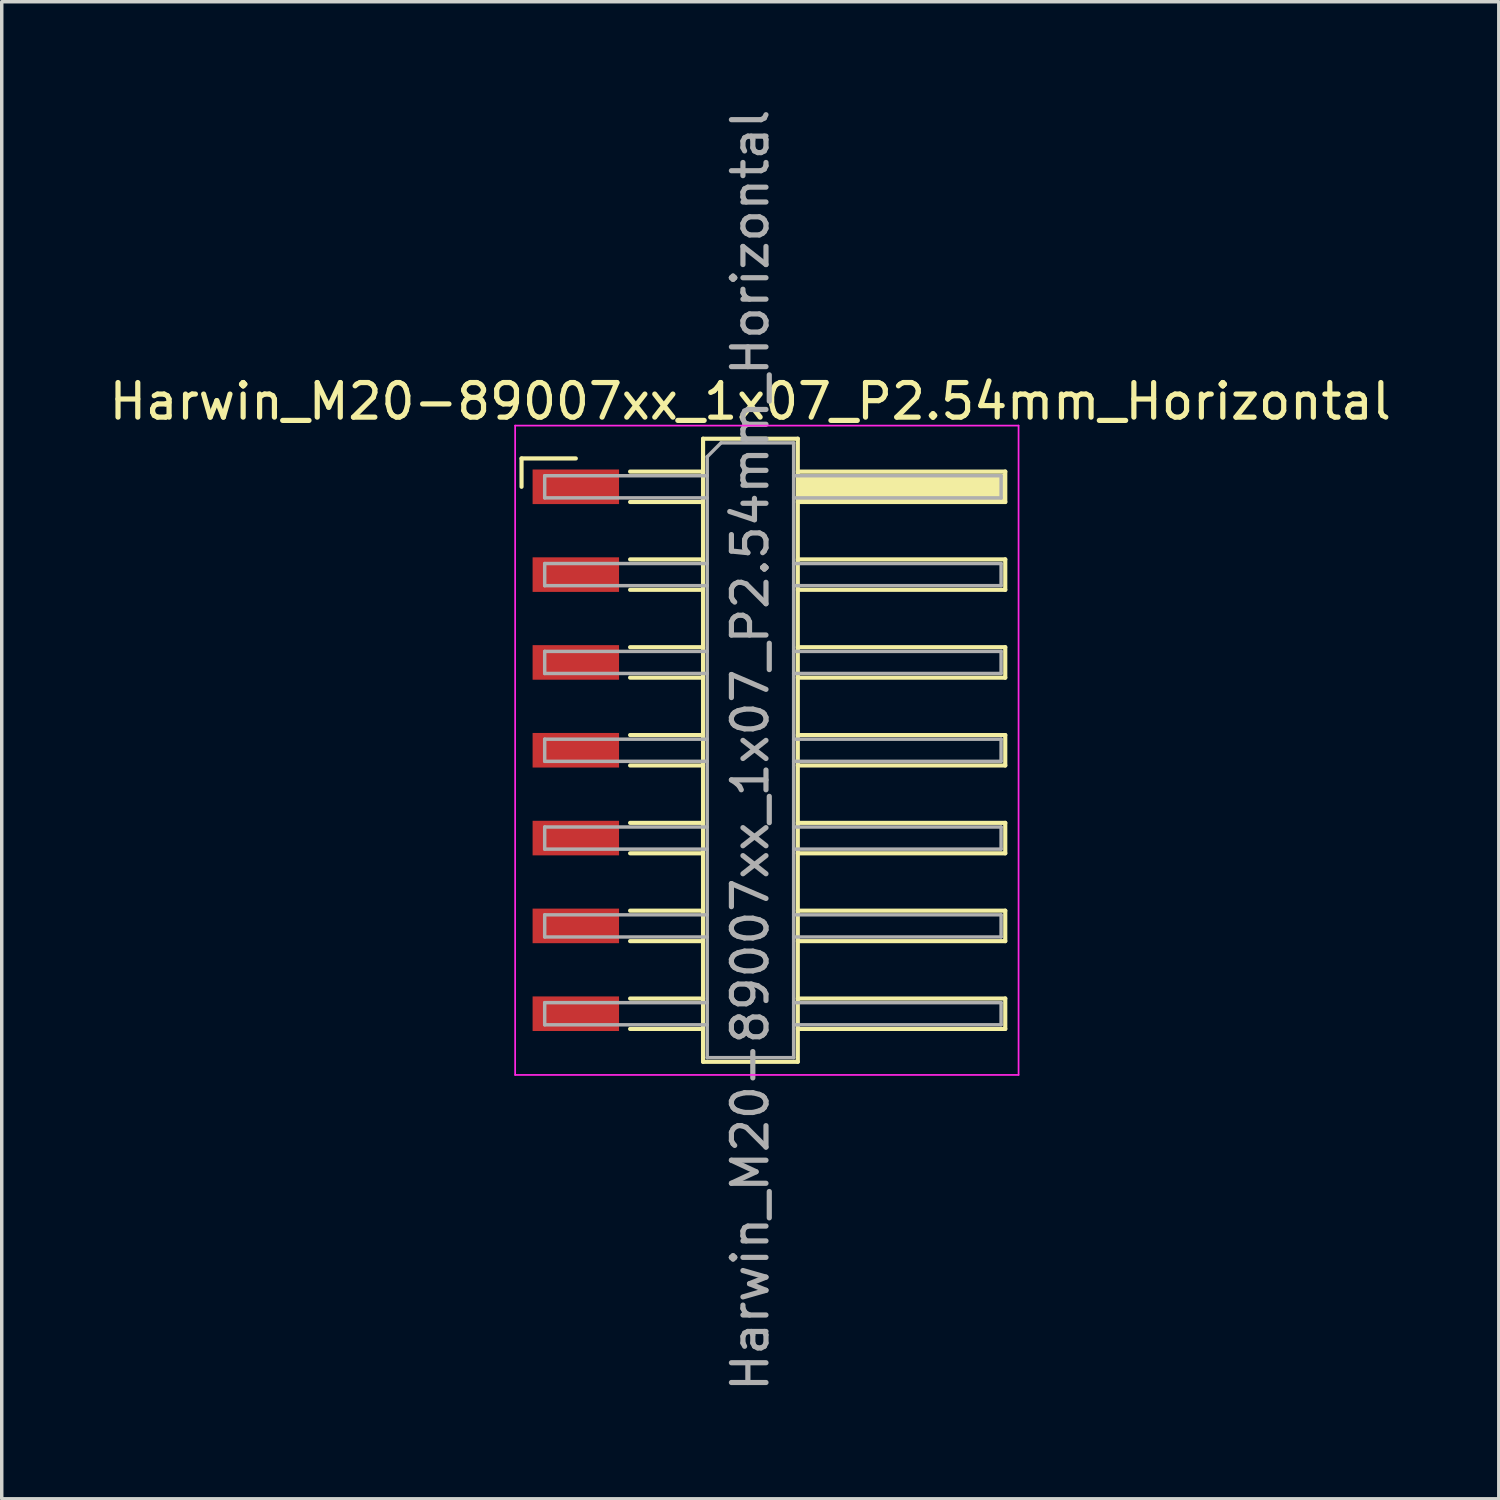
<source format=kicad_pcb>
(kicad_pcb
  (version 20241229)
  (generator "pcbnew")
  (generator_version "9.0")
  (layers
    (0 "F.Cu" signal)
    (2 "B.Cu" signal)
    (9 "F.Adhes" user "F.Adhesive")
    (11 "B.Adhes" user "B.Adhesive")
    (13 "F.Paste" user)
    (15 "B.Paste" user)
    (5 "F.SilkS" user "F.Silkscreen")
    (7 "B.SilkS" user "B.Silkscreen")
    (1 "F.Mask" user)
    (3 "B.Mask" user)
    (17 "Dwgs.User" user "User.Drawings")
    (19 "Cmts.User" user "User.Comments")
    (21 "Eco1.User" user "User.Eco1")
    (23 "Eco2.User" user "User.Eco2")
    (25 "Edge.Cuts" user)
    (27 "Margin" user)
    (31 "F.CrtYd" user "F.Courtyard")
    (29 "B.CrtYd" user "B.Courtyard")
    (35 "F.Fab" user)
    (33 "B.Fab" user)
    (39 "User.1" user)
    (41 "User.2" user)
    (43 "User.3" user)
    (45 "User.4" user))
  (footprint "Harwin_M20-89007xx_1x07_P2.54mm_Horizontal"
    (layer "F.Cu")
    (at 19.129 18.649)
    (property "Reference" "Harwin_M20-89007xx_1x07_P2.54mm_Horizontal" (at -0.48 -10.09 0) (layer "F.SilkS") (effects (font (size 1 1) (thickness 0.15))))
    (attr smd)
    (fp_line (start -7.095 -8.44) (end -5.525 -8.44) (stroke (width 0.12) (type solid)) (layer "F.SilkS"))
    (fp_line (start -7.095 -7.62) (end -7.095 -8.44) (stroke (width 0.12) (type solid)) (layer "F.SilkS"))
    (fp_line (start -3.955 -8.06) (end -1.845 -8.06) (stroke (width 0.12) (type solid)) (layer "F.SilkS"))
    (fp_line (start -3.955 -7.18) (end -1.845 -7.18) (stroke (width 0.12) (type solid)) (layer "F.SilkS"))
    (fp_line (start -3.955 -5.52) (end -1.845 -5.52) (stroke (width 0.12) (type solid)) (layer "F.SilkS"))
    (fp_line (start -3.955 -4.64) (end -1.845 -4.64) (stroke (width 0.12) (type solid)) (layer "F.SilkS"))
    (fp_line (start -3.955 -2.98) (end -1.845 -2.98) (stroke (width 0.12) (type solid)) (layer "F.SilkS"))
    (fp_line (start -3.955 -2.1) (end -1.845 -2.1) (stroke (width 0.12) (type solid)) (layer "F.SilkS"))
    (fp_line (start -3.955 -0.44) (end -1.845 -0.44) (stroke (width 0.12) (type solid)) (layer "F.SilkS"))
    (fp_line (start -3.955 0.44) (end -1.845 0.44) (stroke (width 0.12) (type solid)) (layer "F.SilkS"))
    (fp_line (start -3.955 2.1) (end -1.845 2.1) (stroke (width 0.12) (type solid)) (layer "F.SilkS"))
    (fp_line (start -3.955 2.98) (end -1.845 2.98) (stroke (width 0.12) (type solid)) (layer "F.SilkS"))
    (fp_line (start -3.955 4.64) (end -1.845 4.64) (stroke (width 0.12) (type solid)) (layer "F.SilkS"))
    (fp_line (start -3.955 5.52) (end -1.845 5.52) (stroke (width 0.12) (type solid)) (layer "F.SilkS"))
    (fp_line (start -3.955 7.18) (end -1.845 7.18) (stroke (width 0.12) (type solid)) (layer "F.SilkS"))
    (fp_line (start -3.955 8.06) (end -1.845 8.06) (stroke (width 0.12) (type solid)) (layer "F.SilkS"))
    (fp_line (start -1.845 -9.01) (end 0.895 -9.01) (stroke (width 0.12) (type solid)) (layer "F.SilkS"))
    (fp_line (start -1.845 9.01) (end -1.845 -9.01) (stroke (width 0.12) (type solid)) (layer "F.SilkS"))
    (fp_line (start 0.895 -9.01) (end 0.895 9.01) (stroke (width 0.12) (type solid)) (layer "F.SilkS"))
    (fp_line (start 0.895 -8.06) (end 6.895 -8.06) (stroke (width 0.12) (type solid)) (layer "F.SilkS"))
    (fp_line (start 0.895 -5.52) (end 6.895 -5.52) (stroke (width 0.12) (type solid)) (layer "F.SilkS"))
    (fp_line (start 0.895 -2.98) (end 6.895 -2.98) (stroke (width 0.12) (type solid)) (layer "F.SilkS"))
    (fp_line (start 0.895 -0.44) (end 6.895 -0.44) (stroke (width 0.12) (type solid)) (layer "F.SilkS"))
    (fp_line (start 0.895 2.1) (end 6.895 2.1) (stroke (width 0.12) (type solid)) (layer "F.SilkS"))
    (fp_line (start 0.895 4.64) (end 6.895 4.64) (stroke (width 0.12) (type solid)) (layer "F.SilkS"))
    (fp_line (start 0.895 7.18) (end 6.895 7.18) (stroke (width 0.12) (type solid)) (layer "F.SilkS"))
    (fp_line (start 0.895 9.01) (end -1.845 9.01) (stroke (width 0.12) (type solid)) (layer "F.SilkS"))
    (fp_line (start 6.895 -8.06) (end 6.895 -7.18) (stroke (width 0.12) (type solid)) (layer "F.SilkS"))
    (fp_line (start 6.895 -7.18) (end 0.895 -7.18) (stroke (width 0.12) (type solid)) (layer "F.SilkS"))
    (fp_line (start 6.895 -5.52) (end 6.895 -4.64) (stroke (width 0.12) (type solid)) (layer "F.SilkS"))
    (fp_line (start 6.895 -4.64) (end 0.895 -4.64) (stroke (width 0.12) (type solid)) (layer "F.SilkS"))
    (fp_line (start 6.895 -2.98) (end 6.895 -2.1) (stroke (width 0.12) (type solid)) (layer "F.SilkS"))
    (fp_line (start 6.895 -2.1) (end 0.895 -2.1) (stroke (width 0.12) (type solid)) (layer "F.SilkS"))
    (fp_line (start 6.895 -0.44) (end 6.895 0.44) (stroke (width 0.12) (type solid)) (layer "F.SilkS"))
    (fp_line (start 6.895 0.44) (end 0.895 0.44) (stroke (width 0.12) (type solid)) (layer "F.SilkS"))
    (fp_line (start 6.895 2.1) (end 6.895 2.98) (stroke (width 0.12) (type solid)) (layer "F.SilkS"))
    (fp_line (start 6.895 2.98) (end 0.895 2.98) (stroke (width 0.12) (type solid)) (layer "F.SilkS"))
    (fp_line (start 6.895 4.64) (end 6.895 5.52) (stroke (width 0.12) (type solid)) (layer "F.SilkS"))
    (fp_line (start 6.895 5.52) (end 0.895 5.52) (stroke (width 0.12) (type solid)) (layer "F.SilkS"))
    (fp_line (start 6.895 7.18) (end 6.895 8.06) (stroke (width 0.12) (type solid)) (layer "F.SilkS"))
    (fp_line (start 6.895 8.06) (end 0.895 8.06) (stroke (width 0.12) (type solid)) (layer "F.SilkS"))
    (fp_line (start -7.28 -9.39) (end 7.28 -9.39) (stroke (width 0.05) (type solid)) (layer "F.CrtYd"))
    (fp_line (start -7.28 9.39) (end -7.28 -9.39) (stroke (width 0.05) (type solid)) (layer "F.CrtYd"))
    (fp_line (start 7.28 -9.39) (end 7.28 9.39) (stroke (width 0.05) (type solid)) (layer "F.CrtYd"))
    (fp_line (start 7.28 9.39) (end -7.28 9.39) (stroke (width 0.05) (type solid)) (layer "F.CrtYd"))
    (fp_line (start -6.425 -7.94) (end -6.425 -7.3) (stroke (width 0.1) (type solid)) (layer "F.Fab"))
    (fp_line (start -6.425 -7.3) (end -1.725 -7.3) (stroke (width 0.1) (type solid)) (layer "F.Fab"))
    (fp_line (start -6.425 -5.4) (end -6.425 -4.76) (stroke (width 0.1) (type solid)) (layer "F.Fab"))
    (fp_line (start -6.425 -4.76) (end -1.725 -4.76) (stroke (width 0.1) (type solid)) (layer "F.Fab"))
    (fp_line (start -6.425 -2.86) (end -6.425 -2.22) (stroke (width 0.1) (type solid)) (layer "F.Fab"))
    (fp_line (start -6.425 -2.22) (end -1.725 -2.22) (stroke (width 0.1) (type solid)) (layer "F.Fab"))
    (fp_line (start -6.425 -0.32) (end -6.425 0.32) (stroke (width 0.1) (type solid)) (layer "F.Fab"))
    (fp_line (start -6.425 0.32) (end -1.725 0.32) (stroke (width 0.1) (type solid)) (layer "F.Fab"))
    (fp_line (start -6.425 2.22) (end -6.425 2.86) (stroke (width 0.1) (type solid)) (layer "F.Fab"))
    (fp_line (start -6.425 2.86) (end -1.725 2.86) (stroke (width 0.1) (type solid)) (layer "F.Fab"))
    (fp_line (start -6.425 4.76) (end -6.425 5.4) (stroke (width 0.1) (type solid)) (layer "F.Fab"))
    (fp_line (start -6.425 5.4) (end -1.725 5.4) (stroke (width 0.1) (type solid)) (layer "F.Fab"))
    (fp_line (start -6.425 7.3) (end -6.425 7.94) (stroke (width 0.1) (type solid)) (layer "F.Fab"))
    (fp_line (start -6.425 7.94) (end -1.725 7.94) (stroke (width 0.1) (type solid)) (layer "F.Fab"))
    (fp_line (start -1.725 -8.49) (end -1.325 -8.89) (stroke (width 0.1) (type solid)) (layer "F.Fab"))
    (fp_line (start -1.725 -7.94) (end -6.425 -7.94) (stroke (width 0.1) (type solid)) (layer "F.Fab"))
    (fp_line (start -1.725 -5.4) (end -6.425 -5.4) (stroke (width 0.1) (type solid)) (layer "F.Fab"))
    (fp_line (start -1.725 -2.86) (end -6.425 -2.86) (stroke (width 0.1) (type solid)) (layer "F.Fab"))
    (fp_line (start -1.725 -0.32) (end -6.425 -0.32) (stroke (width 0.1) (type solid)) (layer "F.Fab"))
    (fp_line (start -1.725 2.22) (end -6.425 2.22) (stroke (width 0.1) (type solid)) (layer "F.Fab"))
    (fp_line (start -1.725 4.76) (end -6.425 4.76) (stroke (width 0.1) (type solid)) (layer "F.Fab"))
    (fp_line (start -1.725 7.3) (end -6.425 7.3) (stroke (width 0.1) (type solid)) (layer "F.Fab"))
    (fp_line (start -1.725 8.89) (end -1.725 -8.49) (stroke (width 0.1) (type solid)) (layer "F.Fab"))
    (fp_line (start -1.325 -8.89) (end 0.775 -8.89) (stroke (width 0.1) (type solid)) (layer "F.Fab"))
    (fp_line (start 0.775 -8.89) (end 0.775 8.89) (stroke (width 0.1) (type solid)) (layer "F.Fab"))
    (fp_line (start 0.775 -7.94) (end 6.775 -7.94) (stroke (width 0.1) (type solid)) (layer "F.Fab"))
    (fp_line (start 0.775 -5.4) (end 6.775 -5.4) (stroke (width 0.1) (type solid)) (layer "F.Fab"))
    (fp_line (start 0.775 -2.86) (end 6.775 -2.86) (stroke (width 0.1) (type solid)) (layer "F.Fab"))
    (fp_line (start 0.775 -0.32) (end 6.775 -0.32) (stroke (width 0.1) (type solid)) (layer "F.Fab"))
    (fp_line (start 0.775 2.22) (end 6.775 2.22) (stroke (width 0.1) (type solid)) (layer "F.Fab"))
    (fp_line (start 0.775 4.76) (end 6.775 4.76) (stroke (width 0.1) (type solid)) (layer "F.Fab"))
    (fp_line (start 0.775 7.3) (end 6.775 7.3) (stroke (width 0.1) (type solid)) (layer "F.Fab"))
    (fp_line (start 0.775 8.89) (end -1.725 8.89) (stroke (width 0.1) (type solid)) (layer "F.Fab"))
    (fp_line (start 6.775 -7.94) (end 6.775 -7.3) (stroke (width 0.1) (type solid)) (layer "F.Fab"))
    (fp_line (start 6.775 -7.3) (end 0.775 -7.3) (stroke (width 0.1) (type solid)) (layer "F.Fab"))
    (fp_line (start 6.775 -5.4) (end 6.775 -4.76) (stroke (width 0.1) (type solid)) (layer "F.Fab"))
    (fp_line (start 6.775 -4.76) (end 0.775 -4.76) (stroke (width 0.1) (type solid)) (layer "F.Fab"))
    (fp_line (start 6.775 -2.86) (end 6.775 -2.22) (stroke (width 0.1) (type solid)) (layer "F.Fab"))
    (fp_line (start 6.775 -2.22) (end 0.775 -2.22) (stroke (width 0.1) (type solid)) (layer "F.Fab"))
    (fp_line (start 6.775 -0.32) (end 6.775 0.32) (stroke (width 0.1) (type solid)) (layer "F.Fab"))
    (fp_line (start 6.775 0.32) (end 0.775 0.32) (stroke (width 0.1) (type solid)) (layer "F.Fab"))
    (fp_line (start 6.775 2.22) (end 6.775 2.86) (stroke (width 0.1) (type solid)) (layer "F.Fab"))
    (fp_line (start 6.775 2.86) (end 0.775 2.86) (stroke (width 0.1) (type solid)) (layer "F.Fab"))
    (fp_line (start 6.775 4.76) (end 6.775 5.4) (stroke (width 0.1) (type solid)) (layer "F.Fab"))
    (fp_line (start 6.775 5.4) (end 0.775 5.4) (stroke (width 0.1) (type solid)) (layer "F.Fab"))
    (fp_line (start 6.775 7.3) (end 6.775 7.94) (stroke (width 0.1) (type solid)) (layer "F.Fab"))
    (fp_line (start 6.775 7.94) (end 0.775 7.94) (stroke (width 0.1) (type solid)) (layer "F.Fab"))
    (fp_text user "${REFERENCE}" (at -0.48 0 90) (layer "F.Fab") (effects (font (size 1 1) (thickness 0.15))))
    (pad "" smd rect (at 3.895 -7.62) (size 6 0.76) (layers "F.SilkS"))
    (pad "1" smd rect (at -5.525 -7.62) (size 2.5 1) (layers "F.Cu" "F.Mask" "F.Paste"))
    (pad "2" smd rect (at -5.525 -5.08) (size 2.5 1) (layers "F.Cu" "F.Mask" "F.Paste"))
    (pad "3" smd rect (at -5.525 -2.54) (size 2.5 1) (layers "F.Cu" "F.Mask" "F.Paste"))
    (pad "4" smd rect (at -5.525 0) (size 2.5 1) (layers "F.Cu" "F.Mask" "F.Paste"))
    (pad "5" smd rect (at -5.525 2.54) (size 2.5 1) (layers "F.Cu" "F.Mask" "F.Paste"))
    (pad "6" smd rect (at -5.525 5.08) (size 2.5 1) (layers "F.Cu" "F.Mask" "F.Paste"))
    (pad "7" smd rect (at -5.525 7.62) (size 2.5 1) (layers "F.Cu" "F.Mask" "F.Paste")))
  (gr_rect
    (start -3 -3)
    (end 40.298 40.298)
    (stroke (width 0.1) (type default))
    (fill no)
    (layer "Edge.Cuts")))
</source>
